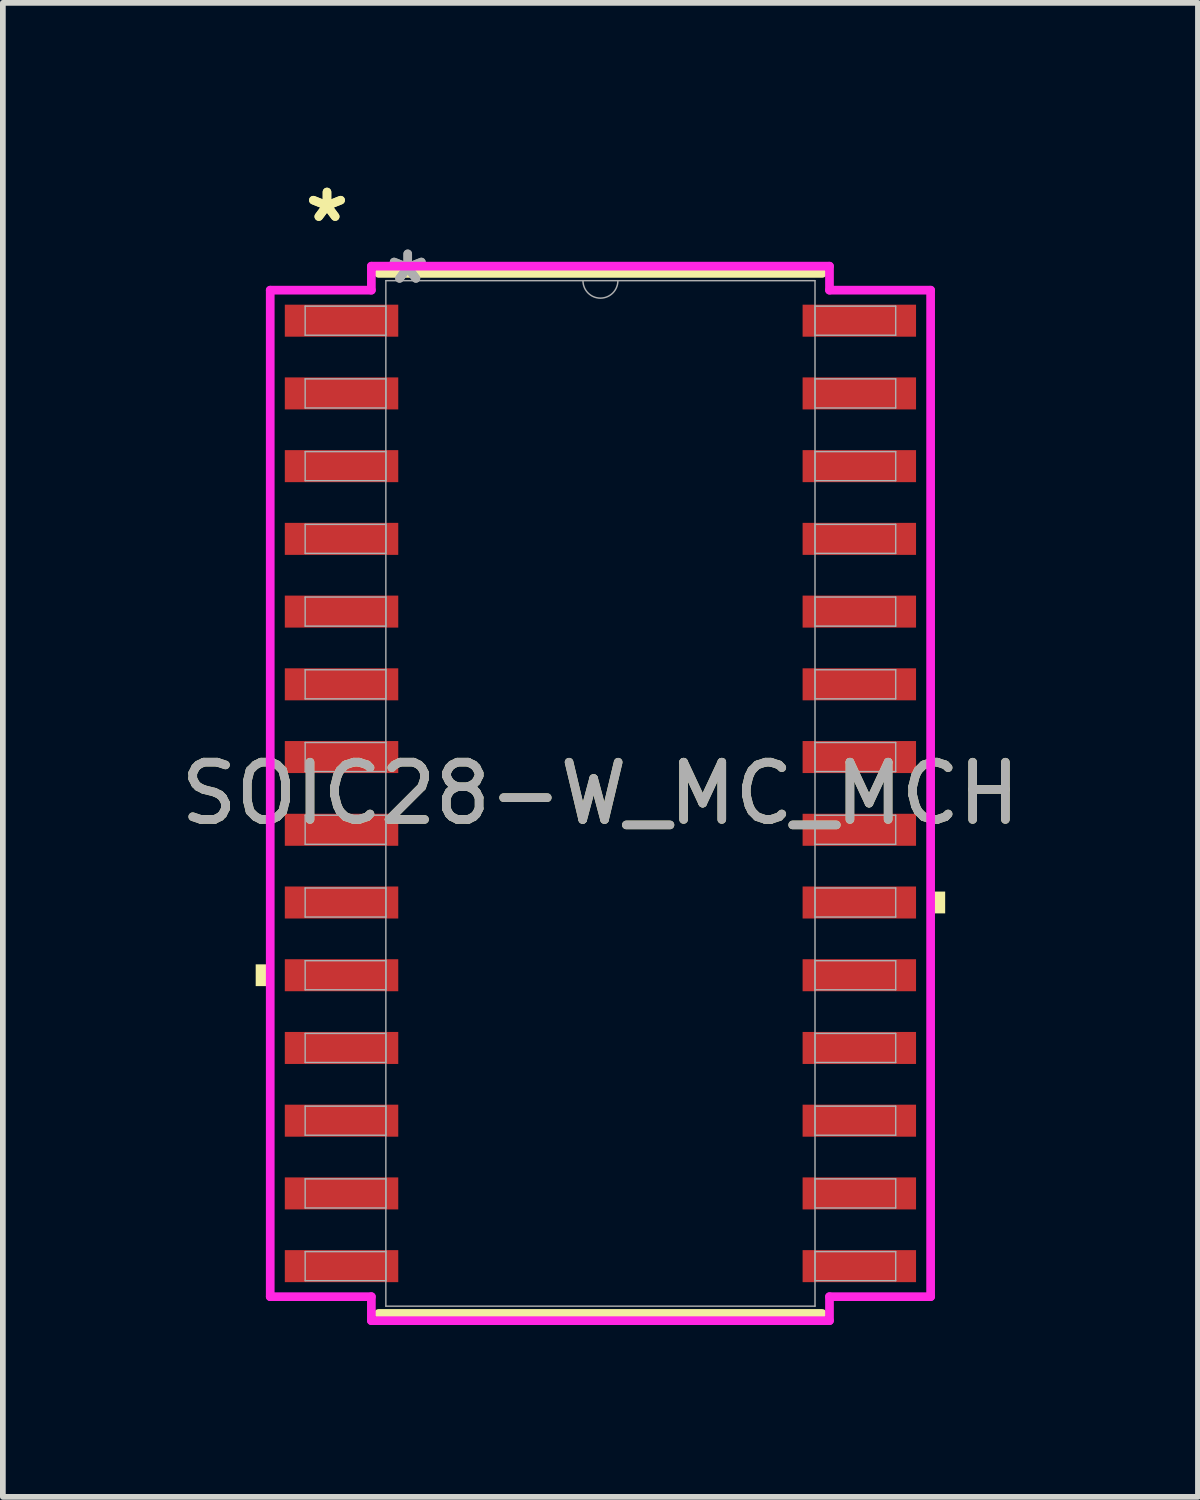
<source format=kicad_pcb>
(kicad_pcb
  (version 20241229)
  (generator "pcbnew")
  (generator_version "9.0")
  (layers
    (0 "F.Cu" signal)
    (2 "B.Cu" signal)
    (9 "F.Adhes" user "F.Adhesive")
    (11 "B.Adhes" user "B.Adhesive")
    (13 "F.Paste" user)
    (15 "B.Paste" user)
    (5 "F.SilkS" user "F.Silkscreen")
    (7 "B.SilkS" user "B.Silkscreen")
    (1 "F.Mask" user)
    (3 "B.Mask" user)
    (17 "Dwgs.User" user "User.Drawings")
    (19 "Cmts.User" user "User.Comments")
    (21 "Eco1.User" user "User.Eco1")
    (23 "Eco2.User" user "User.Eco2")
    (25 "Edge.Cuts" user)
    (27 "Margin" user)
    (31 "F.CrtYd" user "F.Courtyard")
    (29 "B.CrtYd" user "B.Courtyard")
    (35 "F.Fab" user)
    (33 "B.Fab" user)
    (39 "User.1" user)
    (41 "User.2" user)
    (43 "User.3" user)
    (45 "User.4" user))
  (footprint "SOIC28-W_MC_MCH"
    (layer "F.Cu")
    (at 7.435 10.805)
    (property "Reference" "SOIC28-W_MC_MCH" (at 0 0 0) (unlocked yes) (layer "F.SilkS") (effects (font (size 1 1) (thickness 0.15))))
    (attr smd)
    (fp_line (start -3.873 9.081) (end 3.873 9.081) (stroke (width 0.152) (type solid)) (layer "F.SilkS"))
    (fp_line (start 3.873 -9.081) (end -3.873 -9.081) (stroke (width 0.152) (type solid)) (layer "F.SilkS"))
    (fp_poly (pts (xy -6.02 2.985) (xy -6.02 3.365) (xy -5.766 3.365) (xy -5.766 2.985)) (stroke (width 0) (type solid)) (fill yes) (layer "F.SilkS"))
    (fp_poly (pts (xy 6.02 1.714) (xy 6.02 2.095) (xy 5.766 2.095) (xy 5.766 1.714)) (stroke (width 0) (type solid)) (fill yes) (layer "F.SilkS"))
    (fp_line (start -5.766 -8.788) (end -4 -8.788) (stroke (width 0.152) (type solid)) (layer "F.CrtYd"))
    (fp_line (start -5.766 8.788) (end -5.766 -8.788) (stroke (width 0.152) (type solid)) (layer "F.CrtYd"))
    (fp_line (start -5.766 8.788) (end -4 8.788) (stroke (width 0.152) (type solid)) (layer "F.CrtYd"))
    (fp_line (start -4 -9.207) (end 4 -9.207) (stroke (width 0.152) (type solid)) (layer "F.CrtYd"))
    (fp_line (start -4 -8.788) (end -4 -9.207) (stroke (width 0.152) (type solid)) (layer "F.CrtYd"))
    (fp_line (start -4 9.207) (end -4 8.788) (stroke (width 0.152) (type solid)) (layer "F.CrtYd"))
    (fp_line (start 4 -9.207) (end 4 -8.788) (stroke (width 0.152) (type solid)) (layer "F.CrtYd"))
    (fp_line (start 4 8.788) (end 4 9.207) (stroke (width 0.152) (type solid)) (layer "F.CrtYd"))
    (fp_line (start 4 9.207) (end -4 9.207) (stroke (width 0.152) (type solid)) (layer "F.CrtYd"))
    (fp_line (start 5.766 -8.788) (end 4 -8.788) (stroke (width 0.152) (type solid)) (layer "F.CrtYd"))
    (fp_line (start 5.766 -8.788) (end 5.766 8.788) (stroke (width 0.152) (type solid)) (layer "F.CrtYd"))
    (fp_line (start 5.766 8.788) (end 4 8.788) (stroke (width 0.152) (type solid)) (layer "F.CrtYd"))
    (fp_line (start -5.156 -8.509) (end -5.156 -8.001) (stroke (width 0.025) (type solid)) (layer "F.Fab"))
    (fp_line (start -5.156 -8.001) (end -3.747 -8.001) (stroke (width 0.025) (type solid)) (layer "F.Fab"))
    (fp_line (start -5.156 -7.239) (end -5.156 -6.731) (stroke (width 0.025) (type solid)) (layer "F.Fab"))
    (fp_line (start -5.156 -6.731) (end -3.747 -6.731) (stroke (width 0.025) (type solid)) (layer "F.Fab"))
    (fp_line (start -5.156 -5.969) (end -5.156 -5.461) (stroke (width 0.025) (type solid)) (layer "F.Fab"))
    (fp_line (start -5.156 -5.461) (end -3.747 -5.461) (stroke (width 0.025) (type solid)) (layer "F.Fab"))
    (fp_line (start -5.156 -4.699) (end -5.156 -4.191) (stroke (width 0.025) (type solid)) (layer "F.Fab"))
    (fp_line (start -5.156 -4.191) (end -3.747 -4.191) (stroke (width 0.025) (type solid)) (layer "F.Fab"))
    (fp_line (start -5.156 -3.429) (end -5.156 -2.921) (stroke (width 0.025) (type solid)) (layer "F.Fab"))
    (fp_line (start -5.156 -2.921) (end -3.747 -2.921) (stroke (width 0.025) (type solid)) (layer "F.Fab"))
    (fp_line (start -5.156 -2.159) (end -5.156 -1.651) (stroke (width 0.025) (type solid)) (layer "F.Fab"))
    (fp_line (start -5.156 -1.651) (end -3.747 -1.651) (stroke (width 0.025) (type solid)) (layer "F.Fab"))
    (fp_line (start -5.156 -0.889) (end -5.156 -0.381) (stroke (width 0.025) (type solid)) (layer "F.Fab"))
    (fp_line (start -5.156 -0.381) (end -3.747 -0.381) (stroke (width 0.025) (type solid)) (layer "F.Fab"))
    (fp_line (start -5.156 0.381) (end -5.156 0.889) (stroke (width 0.025) (type solid)) (layer "F.Fab"))
    (fp_line (start -5.156 0.889) (end -3.747 0.889) (stroke (width 0.025) (type solid)) (layer "F.Fab"))
    (fp_line (start -5.156 1.651) (end -5.156 2.159) (stroke (width 0.025) (type solid)) (layer "F.Fab"))
    (fp_line (start -5.156 2.159) (end -3.747 2.159) (stroke (width 0.025) (type solid)) (layer "F.Fab"))
    (fp_line (start -5.156 2.921) (end -5.156 3.429) (stroke (width 0.025) (type solid)) (layer "F.Fab"))
    (fp_line (start -5.156 3.429) (end -3.747 3.429) (stroke (width 0.025) (type solid)) (layer "F.Fab"))
    (fp_line (start -5.156 4.191) (end -5.156 4.699) (stroke (width 0.025) (type solid)) (layer "F.Fab"))
    (fp_line (start -5.156 4.699) (end -3.747 4.699) (stroke (width 0.025) (type solid)) (layer "F.Fab"))
    (fp_line (start -5.156 5.461) (end -5.156 5.969) (stroke (width 0.025) (type solid)) (layer "F.Fab"))
    (fp_line (start -5.156 5.969) (end -3.747 5.969) (stroke (width 0.025) (type solid)) (layer "F.Fab"))
    (fp_line (start -5.156 6.731) (end -5.156 7.239) (stroke (width 0.025) (type solid)) (layer "F.Fab"))
    (fp_line (start -5.156 7.239) (end -3.747 7.239) (stroke (width 0.025) (type solid)) (layer "F.Fab"))
    (fp_line (start -5.156 8.001) (end -5.156 8.509) (stroke (width 0.025) (type solid)) (layer "F.Fab"))
    (fp_line (start -5.156 8.509) (end -3.747 8.509) (stroke (width 0.025) (type solid)) (layer "F.Fab"))
    (fp_line (start -3.747 -8.954) (end -3.747 8.954) (stroke (width 0.025) (type solid)) (layer "F.Fab"))
    (fp_line (start -3.747 -8.509) (end -5.156 -8.509) (stroke (width 0.025) (type solid)) (layer "F.Fab"))
    (fp_line (start -3.747 -8.001) (end -3.747 -8.509) (stroke (width 0.025) (type solid)) (layer "F.Fab"))
    (fp_line (start -3.747 -7.239) (end -5.156 -7.239) (stroke (width 0.025) (type solid)) (layer "F.Fab"))
    (fp_line (start -3.747 -6.731) (end -3.747 -7.239) (stroke (width 0.025) (type solid)) (layer "F.Fab"))
    (fp_line (start -3.747 -5.969) (end -5.156 -5.969) (stroke (width 0.025) (type solid)) (layer "F.Fab"))
    (fp_line (start -3.747 -5.461) (end -3.747 -5.969) (stroke (width 0.025) (type solid)) (layer "F.Fab"))
    (fp_line (start -3.747 -4.699) (end -5.156 -4.699) (stroke (width 0.025) (type solid)) (layer "F.Fab"))
    (fp_line (start -3.747 -4.191) (end -3.747 -4.699) (stroke (width 0.025) (type solid)) (layer "F.Fab"))
    (fp_line (start -3.747 -3.429) (end -5.156 -3.429) (stroke (width 0.025) (type solid)) (layer "F.Fab"))
    (fp_line (start -3.747 -2.921) (end -3.747 -3.429) (stroke (width 0.025) (type solid)) (layer "F.Fab"))
    (fp_line (start -3.747 -2.159) (end -5.156 -2.159) (stroke (width 0.025) (type solid)) (layer "F.Fab"))
    (fp_line (start -3.747 -1.651) (end -3.747 -2.159) (stroke (width 0.025) (type solid)) (layer "F.Fab"))
    (fp_line (start -3.747 -0.889) (end -5.156 -0.889) (stroke (width 0.025) (type solid)) (layer "F.Fab"))
    (fp_line (start -3.747 -0.381) (end -3.747 -0.889) (stroke (width 0.025) (type solid)) (layer "F.Fab"))
    (fp_line (start -3.747 0.381) (end -5.156 0.381) (stroke (width 0.025) (type solid)) (layer "F.Fab"))
    (fp_line (start -3.747 0.889) (end -3.747 0.381) (stroke (width 0.025) (type solid)) (layer "F.Fab"))
    (fp_line (start -3.747 1.651) (end -5.156 1.651) (stroke (width 0.025) (type solid)) (layer "F.Fab"))
    (fp_line (start -3.747 2.159) (end -3.747 1.651) (stroke (width 0.025) (type solid)) (layer "F.Fab"))
    (fp_line (start -3.747 2.921) (end -5.156 2.921) (stroke (width 0.025) (type solid)) (layer "F.Fab"))
    (fp_line (start -3.747 3.429) (end -3.747 2.921) (stroke (width 0.025) (type solid)) (layer "F.Fab"))
    (fp_line (start -3.747 4.191) (end -5.156 4.191) (stroke (width 0.025) (type solid)) (layer "F.Fab"))
    (fp_line (start -3.747 4.699) (end -3.747 4.191) (stroke (width 0.025) (type solid)) (layer "F.Fab"))
    (fp_line (start -3.747 5.461) (end -5.156 5.461) (stroke (width 0.025) (type solid)) (layer "F.Fab"))
    (fp_line (start -3.747 5.969) (end -3.747 5.461) (stroke (width 0.025) (type solid)) (layer "F.Fab"))
    (fp_line (start -3.747 6.731) (end -5.156 6.731) (stroke (width 0.025) (type solid)) (layer "F.Fab"))
    (fp_line (start -3.747 7.239) (end -3.747 6.731) (stroke (width 0.025) (type solid)) (layer "F.Fab"))
    (fp_line (start -3.747 8.001) (end -5.156 8.001) (stroke (width 0.025) (type solid)) (layer "F.Fab"))
    (fp_line (start -3.747 8.509) (end -3.747 8.001) (stroke (width 0.025) (type solid)) (layer "F.Fab"))
    (fp_line (start -3.747 8.954) (end 3.747 8.954) (stroke (width 0.025) (type solid)) (layer "F.Fab"))
    (fp_line (start 3.747 -8.954) (end -3.747 -8.954) (stroke (width 0.025) (type solid)) (layer "F.Fab"))
    (fp_line (start 3.747 -8.509) (end 3.747 -8.001) (stroke (width 0.025) (type solid)) (layer "F.Fab"))
    (fp_line (start 3.747 -8.001) (end 5.156 -8.001) (stroke (width 0.025) (type solid)) (layer "F.Fab"))
    (fp_line (start 3.747 -7.239) (end 3.747 -6.731) (stroke (width 0.025) (type solid)) (layer "F.Fab"))
    (fp_line (start 3.747 -6.731) (end 5.156 -6.731) (stroke (width 0.025) (type solid)) (layer "F.Fab"))
    (fp_line (start 3.747 -5.969) (end 3.747 -5.461) (stroke (width 0.025) (type solid)) (layer "F.Fab"))
    (fp_line (start 3.747 -5.461) (end 5.156 -5.461) (stroke (width 0.025) (type solid)) (layer "F.Fab"))
    (fp_line (start 3.747 -4.699) (end 3.747 -4.191) (stroke (width 0.025) (type solid)) (layer "F.Fab"))
    (fp_line (start 3.747 -4.191) (end 5.156 -4.191) (stroke (width 0.025) (type solid)) (layer "F.Fab"))
    (fp_line (start 3.747 -3.429) (end 3.747 -2.921) (stroke (width 0.025) (type solid)) (layer "F.Fab"))
    (fp_line (start 3.747 -2.921) (end 5.156 -2.921) (stroke (width 0.025) (type solid)) (layer "F.Fab"))
    (fp_line (start 3.747 -2.159) (end 3.747 -1.651) (stroke (width 0.025) (type solid)) (layer "F.Fab"))
    (fp_line (start 3.747 -1.651) (end 5.156 -1.651) (stroke (width 0.025) (type solid)) (layer "F.Fab"))
    (fp_line (start 3.747 -0.889) (end 3.747 -0.381) (stroke (width 0.025) (type solid)) (layer "F.Fab"))
    (fp_line (start 3.747 -0.381) (end 5.156 -0.381) (stroke (width 0.025) (type solid)) (layer "F.Fab"))
    (fp_line (start 3.747 0.381) (end 3.747 0.889) (stroke (width 0.025) (type solid)) (layer "F.Fab"))
    (fp_line (start 3.747 0.889) (end 5.156 0.889) (stroke (width 0.025) (type solid)) (layer "F.Fab"))
    (fp_line (start 3.747 1.651) (end 3.747 2.159) (stroke (width 0.025) (type solid)) (layer "F.Fab"))
    (fp_line (start 3.747 2.159) (end 5.156 2.159) (stroke (width 0.025) (type solid)) (layer "F.Fab"))
    (fp_line (start 3.747 2.921) (end 3.747 3.429) (stroke (width 0.025) (type solid)) (layer "F.Fab"))
    (fp_line (start 3.747 3.429) (end 5.156 3.429) (stroke (width 0.025) (type solid)) (layer "F.Fab"))
    (fp_line (start 3.747 4.191) (end 3.747 4.699) (stroke (width 0.025) (type solid)) (layer "F.Fab"))
    (fp_line (start 3.747 4.699) (end 5.156 4.699) (stroke (width 0.025) (type solid)) (layer "F.Fab"))
    (fp_line (start 3.747 5.461) (end 3.747 5.969) (stroke (width 0.025) (type solid)) (layer "F.Fab"))
    (fp_line (start 3.747 5.969) (end 5.156 5.969) (stroke (width 0.025) (type solid)) (layer "F.Fab"))
    (fp_line (start 3.747 6.731) (end 3.747 7.239) (stroke (width 0.025) (type solid)) (layer "F.Fab"))
    (fp_line (start 3.747 7.239) (end 5.156 7.239) (stroke (width 0.025) (type solid)) (layer "F.Fab"))
    (fp_line (start 3.747 8.001) (end 3.747 8.509) (stroke (width 0.025) (type solid)) (layer "F.Fab"))
    (fp_line (start 3.747 8.509) (end 5.156 8.509) (stroke (width 0.025) (type solid)) (layer "F.Fab"))
    (fp_line (start 3.747 8.954) (end 3.747 -8.954) (stroke (width 0.025) (type solid)) (layer "F.Fab"))
    (fp_line (start 5.156 -8.509) (end 3.747 -8.509) (stroke (width 0.025) (type solid)) (layer "F.Fab"))
    (fp_line (start 5.156 -8.001) (end 5.156 -8.509) (stroke (width 0.025) (type solid)) (layer "F.Fab"))
    (fp_line (start 5.156 -7.239) (end 3.747 -7.239) (stroke (width 0.025) (type solid)) (layer "F.Fab"))
    (fp_line (start 5.156 -6.731) (end 5.156 -7.239) (stroke (width 0.025) (type solid)) (layer "F.Fab"))
    (fp_line (start 5.156 -5.969) (end 3.747 -5.969) (stroke (width 0.025) (type solid)) (layer "F.Fab"))
    (fp_line (start 5.156 -5.461) (end 5.156 -5.969) (stroke (width 0.025) (type solid)) (layer "F.Fab"))
    (fp_line (start 5.156 -4.699) (end 3.747 -4.699) (stroke (width 0.025) (type solid)) (layer "F.Fab"))
    (fp_line (start 5.156 -4.191) (end 5.156 -4.699) (stroke (width 0.025) (type solid)) (layer "F.Fab"))
    (fp_line (start 5.156 -3.429) (end 3.747 -3.429) (stroke (width 0.025) (type solid)) (layer "F.Fab"))
    (fp_line (start 5.156 -2.921) (end 5.156 -3.429) (stroke (width 0.025) (type solid)) (layer "F.Fab"))
    (fp_line (start 5.156 -2.159) (end 3.747 -2.159) (stroke (width 0.025) (type solid)) (layer "F.Fab"))
    (fp_line (start 5.156 -1.651) (end 5.156 -2.159) (stroke (width 0.025) (type solid)) (layer "F.Fab"))
    (fp_line (start 5.156 -0.889) (end 3.747 -0.889) (stroke (width 0.025) (type solid)) (layer "F.Fab"))
    (fp_line (start 5.156 -0.381) (end 5.156 -0.889) (stroke (width 0.025) (type solid)) (layer "F.Fab"))
    (fp_line (start 5.156 0.381) (end 3.747 0.381) (stroke (width 0.025) (type solid)) (layer "F.Fab"))
    (fp_line (start 5.156 0.889) (end 5.156 0.381) (stroke (width 0.025) (type solid)) (layer "F.Fab"))
    (fp_line (start 5.156 1.651) (end 3.747 1.651) (stroke (width 0.025) (type solid)) (layer "F.Fab"))
    (fp_line (start 5.156 2.159) (end 5.156 1.651) (stroke (width 0.025) (type solid)) (layer "F.Fab"))
    (fp_line (start 5.156 2.921) (end 3.747 2.921) (stroke (width 0.025) (type solid)) (layer "F.Fab"))
    (fp_line (start 5.156 3.429) (end 5.156 2.921) (stroke (width 0.025) (type solid)) (layer "F.Fab"))
    (fp_line (start 5.156 4.191) (end 3.747 4.191) (stroke (width 0.025) (type solid)) (layer "F.Fab"))
    (fp_line (start 5.156 4.699) (end 5.156 4.191) (stroke (width 0.025) (type solid)) (layer "F.Fab"))
    (fp_line (start 5.156 5.461) (end 3.747 5.461) (stroke (width 0.025) (type solid)) (layer "F.Fab"))
    (fp_line (start 5.156 5.969) (end 5.156 5.461) (stroke (width 0.025) (type solid)) (layer "F.Fab"))
    (fp_line (start 5.156 6.731) (end 3.747 6.731) (stroke (width 0.025) (type solid)) (layer "F.Fab"))
    (fp_line (start 5.156 7.239) (end 5.156 6.731) (stroke (width 0.025) (type solid)) (layer "F.Fab"))
    (fp_line (start 5.156 8.001) (end 3.747 8.001) (stroke (width 0.025) (type solid)) (layer "F.Fab"))
    (fp_line (start 5.156 8.509) (end 5.156 8.001) (stroke (width 0.025) (type solid)) (layer "F.Fab"))
    (fp_arc (start 0.3048 -8.9535) (mid 0 -8.6487) (end -0.3048 -8.9535) (stroke (width 0.0254) (type solid)) (layer "F.Fab"))
    (fp_text user "*" (at -4.775 -9.957 0) (layer "F.SilkS") (effects (font (size 1 1) (thickness 0.15))))
    (fp_text user "*" (at -4.775 -9.957 0) (unlocked yes) (layer "F.SilkS") (effects (font (size 1 1) (thickness 0.15))))
    (fp_text user "*" (at -3.365 -8.877 0) (unlocked yes) (layer "F.Fab") (effects (font (size 1 1) (thickness 0.15))))
    (fp_text user "*" (at -3.365 -8.877 0) (layer "F.Fab") (effects (font (size 1 1) (thickness 0.15))))
    (fp_text user "${REFERENCE}" (at 0 0 0) (unlocked yes) (layer "F.Fab") (effects (font (size 1 1) (thickness 0.15))))
    (pad "1" smd rect (at -4.521 -8.255) (size 1.981 0.559) (layers "F.Cu" "F.Mask" "F.Paste"))
    (pad "2" smd rect (at -4.521 -6.985) (size 1.981 0.559) (layers "F.Cu" "F.Mask" "F.Paste"))
    (pad "3" smd rect (at -4.521 -5.715) (size 1.981 0.559) (layers "F.Cu" "F.Mask" "F.Paste"))
    (pad "4" smd rect (at -4.521 -4.445) (size 1.981 0.559) (layers "F.Cu" "F.Mask" "F.Paste"))
    (pad "5" smd rect (at -4.521 -3.175) (size 1.981 0.559) (layers "F.Cu" "F.Mask" "F.Paste"))
    (pad "6" smd rect (at -4.521 -1.905) (size 1.981 0.559) (layers "F.Cu" "F.Mask" "F.Paste"))
    (pad "7" smd rect (at -4.521 -0.635) (size 1.981 0.559) (layers "F.Cu" "F.Mask" "F.Paste"))
    (pad "8" smd rect (at -4.521 0.635) (size 1.981 0.559) (layers "F.Cu" "F.Mask" "F.Paste"))
    (pad "9" smd rect (at -4.521 1.905) (size 1.981 0.559) (layers "F.Cu" "F.Mask" "F.Paste"))
    (pad "10" smd rect (at -4.521 3.175) (size 1.981 0.559) (layers "F.Cu" "F.Mask" "F.Paste"))
    (pad "11" smd rect (at -4.521 4.445) (size 1.981 0.559) (layers "F.Cu" "F.Mask" "F.Paste"))
    (pad "12" smd rect (at -4.521 5.715) (size 1.981 0.559) (layers "F.Cu" "F.Mask" "F.Paste"))
    (pad "13" smd rect (at -4.521 6.985) (size 1.981 0.559) (layers "F.Cu" "F.Mask" "F.Paste"))
    (pad "14" smd rect (at -4.521 8.255) (size 1.981 0.559) (layers "F.Cu" "F.Mask" "F.Paste"))
    (pad "15" smd rect (at 4.521 8.255) (size 1.981 0.559) (layers "F.Cu" "F.Mask" "F.Paste"))
    (pad "16" smd rect (at 4.521 6.985) (size 1.981 0.559) (layers "F.Cu" "F.Mask" "F.Paste"))
    (pad "17" smd rect (at 4.521 5.715) (size 1.981 0.559) (layers "F.Cu" "F.Mask" "F.Paste"))
    (pad "18" smd rect (at 4.521 4.445) (size 1.981 0.559) (layers "F.Cu" "F.Mask" "F.Paste"))
    (pad "19" smd rect (at 4.521 3.175) (size 1.981 0.559) (layers "F.Cu" "F.Mask" "F.Paste"))
    (pad "20" smd rect (at 4.521 1.905) (size 1.981 0.559) (layers "F.Cu" "F.Mask" "F.Paste"))
    (pad "21" smd rect (at 4.521 0.635) (size 1.981 0.559) (layers "F.Cu" "F.Mask" "F.Paste"))
    (pad "22" smd rect (at 4.521 -0.635) (size 1.981 0.559) (layers "F.Cu" "F.Mask" "F.Paste"))
    (pad "23" smd rect (at 4.521 -1.905) (size 1.981 0.559) (layers "F.Cu" "F.Mask" "F.Paste"))
    (pad "24" smd rect (at 4.521 -3.175) (size 1.981 0.559) (layers "F.Cu" "F.Mask" "F.Paste"))
    (pad "25" smd rect (at 4.521 -4.445) (size 1.981 0.559) (layers "F.Cu" "F.Mask" "F.Paste"))
    (pad "26" smd rect (at 4.521 -5.715) (size 1.981 0.559) (layers "F.Cu" "F.Mask" "F.Paste"))
    (pad "27" smd rect (at 4.521 -6.985) (size 1.981 0.559) (layers "F.Cu" "F.Mask" "F.Paste"))
    (pad "28" smd rect (at 4.521 -8.255) (size 1.981 0.559) (layers "F.Cu" "F.Mask" "F.Paste")))
  (gr_rect
    (start -3 -3)
    (end 17.869 23.089)
    (stroke (width 0.1) (type default))
    (fill no)
    (layer "Edge.Cuts")))
</source>
